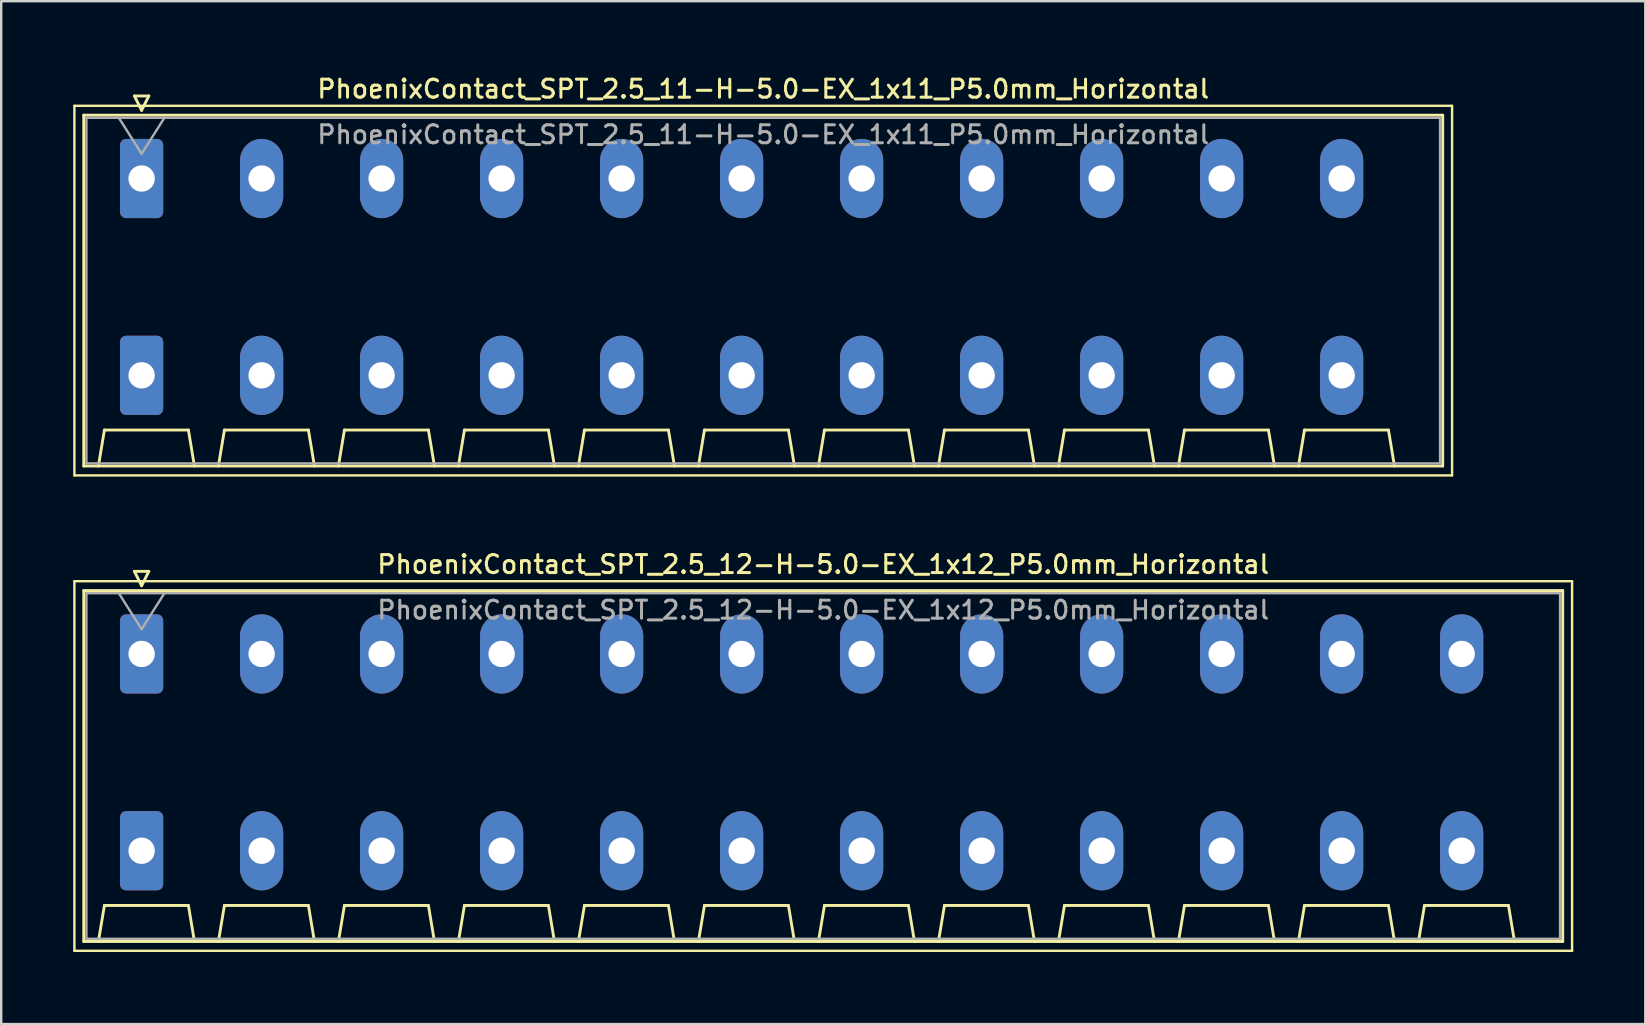
<source format=kicad_pcb>
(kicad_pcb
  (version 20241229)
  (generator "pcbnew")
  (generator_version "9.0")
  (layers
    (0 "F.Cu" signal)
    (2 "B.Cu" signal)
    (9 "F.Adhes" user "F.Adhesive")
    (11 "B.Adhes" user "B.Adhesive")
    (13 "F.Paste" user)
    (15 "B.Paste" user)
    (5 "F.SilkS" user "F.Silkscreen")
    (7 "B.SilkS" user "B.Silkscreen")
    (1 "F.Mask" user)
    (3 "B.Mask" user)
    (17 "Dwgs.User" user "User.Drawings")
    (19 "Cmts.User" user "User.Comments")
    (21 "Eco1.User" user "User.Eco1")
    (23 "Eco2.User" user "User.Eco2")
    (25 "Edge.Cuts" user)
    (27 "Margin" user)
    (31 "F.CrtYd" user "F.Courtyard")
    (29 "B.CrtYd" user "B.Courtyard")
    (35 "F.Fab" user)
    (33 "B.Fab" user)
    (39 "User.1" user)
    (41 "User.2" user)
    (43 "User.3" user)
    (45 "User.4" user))
  (footprint "PhoenixContact_SPT_2.5_11-H-5.0-EX_1x11_P5.0mm_Horizontal"
    (layer "F.Cu")
    (at 2.85 4.388)
    (property "Reference" "PhoenixContact_SPT_2.5_11-H-5.0-EX_1x11_P5.0mm_Horizontal" (at 25.9 -3.73 0) (layer "F.SilkS") (effects (font (size 0.75 0.75) (thickness 0.125))))
    (attr through_hole)
    (fp_line (start -2.8 -3.03) (end -2.8 12.37) (stroke (width 0.1) (type solid)) (layer "F.SilkS"))
    (fp_line (start -2.8 12.37) (end 54.6 12.37) (stroke (width 0.1) (type solid)) (layer "F.SilkS"))
    (fp_line (start -2.41 -2.64) (end 54.21 -2.64) (stroke (width 0.12) (type solid)) (layer "F.SilkS"))
    (fp_line (start -2.41 11.98) (end -2.41 -2.64) (stroke (width 0.12) (type solid)) (layer "F.SilkS"))
    (fp_line (start -1.8 11.98) (end -1.55 10.48) (stroke (width 0.12) (type solid)) (layer "F.SilkS"))
    (fp_line (start -1.55 10.48) (end 1.95 10.48) (stroke (width 0.12) (type solid)) (layer "F.SilkS"))
    (fp_line (start -0.3 -3.44) (end 0 -2.84) (stroke (width 0.12) (type solid)) (layer "F.SilkS"))
    (fp_line (start -0.3 -3.44) (end 0.3 -3.44) (stroke (width 0.12) (type solid)) (layer "F.SilkS"))
    (fp_line (start 0.3 -3.44) (end 0 -2.84) (stroke (width 0.12) (type solid)) (layer "F.SilkS"))
    (fp_line (start 2.2 11.98) (end 1.95 10.48) (stroke (width 0.12) (type solid)) (layer "F.SilkS"))
    (fp_line (start 3.2 11.98) (end 3.45 10.48) (stroke (width 0.12) (type solid)) (layer "F.SilkS"))
    (fp_line (start 3.45 10.48) (end 6.95 10.48) (stroke (width 0.12) (type solid)) (layer "F.SilkS"))
    (fp_line (start 7.2 11.98) (end 6.95 10.48) (stroke (width 0.12) (type solid)) (layer "F.SilkS"))
    (fp_line (start 8.2 11.98) (end 8.45 10.48) (stroke (width 0.12) (type solid)) (layer "F.SilkS"))
    (fp_line (start 8.45 10.48) (end 11.95 10.48) (stroke (width 0.12) (type solid)) (layer "F.SilkS"))
    (fp_line (start 12.2 11.98) (end 11.95 10.48) (stroke (width 0.12) (type solid)) (layer "F.SilkS"))
    (fp_line (start 13.2 11.98) (end 13.45 10.48) (stroke (width 0.12) (type solid)) (layer "F.SilkS"))
    (fp_line (start 13.45 10.48) (end 16.95 10.48) (stroke (width 0.12) (type solid)) (layer "F.SilkS"))
    (fp_line (start 17.2 11.98) (end 16.95 10.48) (stroke (width 0.12) (type solid)) (layer "F.SilkS"))
    (fp_line (start 18.2 11.98) (end 18.45 10.48) (stroke (width 0.12) (type solid)) (layer "F.SilkS"))
    (fp_line (start 18.45 10.48) (end 21.95 10.48) (stroke (width 0.12) (type solid)) (layer "F.SilkS"))
    (fp_line (start 22.2 11.98) (end 21.95 10.48) (stroke (width 0.12) (type solid)) (layer "F.SilkS"))
    (fp_line (start 23.2 11.98) (end 23.45 10.48) (stroke (width 0.12) (type solid)) (layer "F.SilkS"))
    (fp_line (start 23.45 10.48) (end 26.95 10.48) (stroke (width 0.12) (type solid)) (layer "F.SilkS"))
    (fp_line (start 27.2 11.98) (end 26.95 10.48) (stroke (width 0.12) (type solid)) (layer "F.SilkS"))
    (fp_line (start 28.2 11.98) (end 28.45 10.48) (stroke (width 0.12) (type solid)) (layer "F.SilkS"))
    (fp_line (start 28.45 10.48) (end 31.95 10.48) (stroke (width 0.12) (type solid)) (layer "F.SilkS"))
    (fp_line (start 32.2 11.98) (end 31.95 10.48) (stroke (width 0.12) (type solid)) (layer "F.SilkS"))
    (fp_line (start 33.2 11.98) (end 33.45 10.48) (stroke (width 0.12) (type solid)) (layer "F.SilkS"))
    (fp_line (start 33.45 10.48) (end 36.95 10.48) (stroke (width 0.12) (type solid)) (layer "F.SilkS"))
    (fp_line (start 37.2 11.98) (end 36.95 10.48) (stroke (width 0.12) (type solid)) (layer "F.SilkS"))
    (fp_line (start 38.2 11.98) (end 38.45 10.48) (stroke (width 0.12) (type solid)) (layer "F.SilkS"))
    (fp_line (start 38.45 10.48) (end 41.95 10.48) (stroke (width 0.12) (type solid)) (layer "F.SilkS"))
    (fp_line (start 42.2 11.98) (end 41.95 10.48) (stroke (width 0.12) (type solid)) (layer "F.SilkS"))
    (fp_line (start 43.2 11.98) (end 43.45 10.48) (stroke (width 0.12) (type solid)) (layer "F.SilkS"))
    (fp_line (start 43.45 10.48) (end 46.95 10.48) (stroke (width 0.12) (type solid)) (layer "F.SilkS"))
    (fp_line (start 47.2 11.98) (end 46.95 10.48) (stroke (width 0.12) (type solid)) (layer "F.SilkS"))
    (fp_line (start 48.2 11.98) (end 48.45 10.48) (stroke (width 0.12) (type solid)) (layer "F.SilkS"))
    (fp_line (start 48.45 10.48) (end 51.95 10.48) (stroke (width 0.12) (type solid)) (layer "F.SilkS"))
    (fp_line (start 52.2 11.98) (end 51.95 10.48) (stroke (width 0.12) (type solid)) (layer "F.SilkS"))
    (fp_line (start 54.21 -2.64) (end 54.21 11.98) (stroke (width 0.12) (type solid)) (layer "F.SilkS"))
    (fp_line (start 54.21 11.98) (end -2.41 11.98) (stroke (width 0.12) (type solid)) (layer "F.SilkS"))
    (fp_line (start 54.6 -3.03) (end -2.8 -3.03) (stroke (width 0.1) (type solid)) (layer "F.SilkS"))
    (fp_line (start 54.6 12.37) (end 54.6 -3.03) (stroke (width 0.1) (type solid)) (layer "F.SilkS"))
    (fp_line (start -2.3 -2.53) (end -2.3 11.87) (stroke (width 0.1) (type solid)) (layer "F.Fab"))
    (fp_line (start -2.3 11.87) (end 54.1 11.87) (stroke (width 0.1) (type solid)) (layer "F.Fab"))
    (fp_line (start -0.95 -2.53) (end 0 -1.03) (stroke (width 0.1) (type solid)) (layer "F.Fab"))
    (fp_line (start 0.95 -2.53) (end 0 -1.03) (stroke (width 0.1) (type solid)) (layer "F.Fab"))
    (fp_line (start 54.1 -2.53) (end -2.3 -2.53) (stroke (width 0.1) (type solid)) (layer "F.Fab"))
    (fp_line (start 54.1 11.87) (end 54.1 -2.53) (stroke (width 0.1) (type solid)) (layer "F.Fab"))
    (fp_text user "${REFERENCE}" (at 25.9 -1.83 0) (layer "F.Fab") (effects (font (size 0.75 0.75) (thickness 0.125))))
    (pad "1" thru_hole roundrect (at 0 0) (size 1.8 3.3) (drill 1.1) (layers "*.Cu" "*.Mask") (roundrect_rratio 0.139))
    (pad "1" thru_hole roundrect (at 0 8.2) (size 1.8 3.3) (drill 1.1) (layers "*.Cu" "*.Mask") (roundrect_rratio 0.139))
    (pad "2" thru_hole oval (at 5 0) (size 1.8 3.3) (drill 1.1) (layers "*.Cu" "*.Mask"))
    (pad "2" thru_hole oval (at 5 8.2) (size 1.8 3.3) (drill 1.1) (layers "*.Cu" "*.Mask"))
    (pad "3" thru_hole oval (at 10 0) (size 1.8 3.3) (drill 1.1) (layers "*.Cu" "*.Mask"))
    (pad "3" thru_hole oval (at 10 8.2) (size 1.8 3.3) (drill 1.1) (layers "*.Cu" "*.Mask"))
    (pad "4" thru_hole oval (at 15 0) (size 1.8 3.3) (drill 1.1) (layers "*.Cu" "*.Mask"))
    (pad "4" thru_hole oval (at 15 8.2) (size 1.8 3.3) (drill 1.1) (layers "*.Cu" "*.Mask"))
    (pad "5" thru_hole oval (at 20 0) (size 1.8 3.3) (drill 1.1) (layers "*.Cu" "*.Mask"))
    (pad "5" thru_hole oval (at 20 8.2) (size 1.8 3.3) (drill 1.1) (layers "*.Cu" "*.Mask"))
    (pad "6" thru_hole oval (at 25 0) (size 1.8 3.3) (drill 1.1) (layers "*.Cu" "*.Mask"))
    (pad "6" thru_hole oval (at 25 8.2) (size 1.8 3.3) (drill 1.1) (layers "*.Cu" "*.Mask"))
    (pad "7" thru_hole oval (at 30 0) (size 1.8 3.3) (drill 1.1) (layers "*.Cu" "*.Mask"))
    (pad "7" thru_hole oval (at 30 8.2) (size 1.8 3.3) (drill 1.1) (layers "*.Cu" "*.Mask"))
    (pad "8" thru_hole oval (at 35 0) (size 1.8 3.3) (drill 1.1) (layers "*.Cu" "*.Mask"))
    (pad "8" thru_hole oval (at 35 8.2) (size 1.8 3.3) (drill 1.1) (layers "*.Cu" "*.Mask"))
    (pad "9" thru_hole oval (at 40 0) (size 1.8 3.3) (drill 1.1) (layers "*.Cu" "*.Mask"))
    (pad "9" thru_hole oval (at 40 8.2) (size 1.8 3.3) (drill 1.1) (layers "*.Cu" "*.Mask"))
    (pad "10" thru_hole oval (at 45 0) (size 1.8 3.3) (drill 1.1) (layers "*.Cu" "*.Mask"))
    (pad "10" thru_hole oval (at 45 8.2) (size 1.8 3.3) (drill 1.1) (layers "*.Cu" "*.Mask"))
    (pad "11" thru_hole oval (at 50 0) (size 1.8 3.3) (drill 1.1) (layers "*.Cu" "*.Mask"))
    (pad "11" thru_hole oval (at 50 8.2) (size 1.8 3.3) (drill 1.1) (layers "*.Cu" "*.Mask")))
  (footprint "PhoenixContact_SPT_2.5_12-H-5.0-EX_1x12_P5.0mm_Horizontal"
    (layer "F.Cu")
    (at 2.85 24.196)
    (property "Reference" "PhoenixContact_SPT_2.5_12-H-5.0-EX_1x12_P5.0mm_Horizontal" (at 28.4 -3.73 0) (layer "F.SilkS") (effects (font (size 0.75 0.75) (thickness 0.125))))
    (attr through_hole)
    (fp_line (start -2.8 -3.03) (end -2.8 12.37) (stroke (width 0.1) (type solid)) (layer "F.SilkS"))
    (fp_line (start -2.8 12.37) (end 59.6 12.37) (stroke (width 0.1) (type solid)) (layer "F.SilkS"))
    (fp_line (start -2.41 -2.64) (end 59.21 -2.64) (stroke (width 0.12) (type solid)) (layer "F.SilkS"))
    (fp_line (start -2.41 11.98) (end -2.41 -2.64) (stroke (width 0.12) (type solid)) (layer "F.SilkS"))
    (fp_line (start -1.8 11.98) (end -1.55 10.48) (stroke (width 0.12) (type solid)) (layer "F.SilkS"))
    (fp_line (start -1.55 10.48) (end 1.95 10.48) (stroke (width 0.12) (type solid)) (layer "F.SilkS"))
    (fp_line (start -0.3 -3.44) (end 0 -2.84) (stroke (width 0.12) (type solid)) (layer "F.SilkS"))
    (fp_line (start -0.3 -3.44) (end 0.3 -3.44) (stroke (width 0.12) (type solid)) (layer "F.SilkS"))
    (fp_line (start 0.3 -3.44) (end 0 -2.84) (stroke (width 0.12) (type solid)) (layer "F.SilkS"))
    (fp_line (start 2.2 11.98) (end 1.95 10.48) (stroke (width 0.12) (type solid)) (layer "F.SilkS"))
    (fp_line (start 3.2 11.98) (end 3.45 10.48) (stroke (width 0.12) (type solid)) (layer "F.SilkS"))
    (fp_line (start 3.45 10.48) (end 6.95 10.48) (stroke (width 0.12) (type solid)) (layer "F.SilkS"))
    (fp_line (start 7.2 11.98) (end 6.95 10.48) (stroke (width 0.12) (type solid)) (layer "F.SilkS"))
    (fp_line (start 8.2 11.98) (end 8.45 10.48) (stroke (width 0.12) (type solid)) (layer "F.SilkS"))
    (fp_line (start 8.45 10.48) (end 11.95 10.48) (stroke (width 0.12) (type solid)) (layer "F.SilkS"))
    (fp_line (start 12.2 11.98) (end 11.95 10.48) (stroke (width 0.12) (type solid)) (layer "F.SilkS"))
    (fp_line (start 13.2 11.98) (end 13.45 10.48) (stroke (width 0.12) (type solid)) (layer "F.SilkS"))
    (fp_line (start 13.45 10.48) (end 16.95 10.48) (stroke (width 0.12) (type solid)) (layer "F.SilkS"))
    (fp_line (start 17.2 11.98) (end 16.95 10.48) (stroke (width 0.12) (type solid)) (layer "F.SilkS"))
    (fp_line (start 18.2 11.98) (end 18.45 10.48) (stroke (width 0.12) (type solid)) (layer "F.SilkS"))
    (fp_line (start 18.45 10.48) (end 21.95 10.48) (stroke (width 0.12) (type solid)) (layer "F.SilkS"))
    (fp_line (start 22.2 11.98) (end 21.95 10.48) (stroke (width 0.12) (type solid)) (layer "F.SilkS"))
    (fp_line (start 23.2 11.98) (end 23.45 10.48) (stroke (width 0.12) (type solid)) (layer "F.SilkS"))
    (fp_line (start 23.45 10.48) (end 26.95 10.48) (stroke (width 0.12) (type solid)) (layer "F.SilkS"))
    (fp_line (start 27.2 11.98) (end 26.95 10.48) (stroke (width 0.12) (type solid)) (layer "F.SilkS"))
    (fp_line (start 28.2 11.98) (end 28.45 10.48) (stroke (width 0.12) (type solid)) (layer "F.SilkS"))
    (fp_line (start 28.45 10.48) (end 31.95 10.48) (stroke (width 0.12) (type solid)) (layer "F.SilkS"))
    (fp_line (start 32.2 11.98) (end 31.95 10.48) (stroke (width 0.12) (type solid)) (layer "F.SilkS"))
    (fp_line (start 33.2 11.98) (end 33.45 10.48) (stroke (width 0.12) (type solid)) (layer "F.SilkS"))
    (fp_line (start 33.45 10.48) (end 36.95 10.48) (stroke (width 0.12) (type solid)) (layer "F.SilkS"))
    (fp_line (start 37.2 11.98) (end 36.95 10.48) (stroke (width 0.12) (type solid)) (layer "F.SilkS"))
    (fp_line (start 38.2 11.98) (end 38.45 10.48) (stroke (width 0.12) (type solid)) (layer "F.SilkS"))
    (fp_line (start 38.45 10.48) (end 41.95 10.48) (stroke (width 0.12) (type solid)) (layer "F.SilkS"))
    (fp_line (start 42.2 11.98) (end 41.95 10.48) (stroke (width 0.12) (type solid)) (layer "F.SilkS"))
    (fp_line (start 43.2 11.98) (end 43.45 10.48) (stroke (width 0.12) (type solid)) (layer "F.SilkS"))
    (fp_line (start 43.45 10.48) (end 46.95 10.48) (stroke (width 0.12) (type solid)) (layer "F.SilkS"))
    (fp_line (start 47.2 11.98) (end 46.95 10.48) (stroke (width 0.12) (type solid)) (layer "F.SilkS"))
    (fp_line (start 48.2 11.98) (end 48.45 10.48) (stroke (width 0.12) (type solid)) (layer "F.SilkS"))
    (fp_line (start 48.45 10.48) (end 51.95 10.48) (stroke (width 0.12) (type solid)) (layer "F.SilkS"))
    (fp_line (start 52.2 11.98) (end 51.95 10.48) (stroke (width 0.12) (type solid)) (layer "F.SilkS"))
    (fp_line (start 53.2 11.98) (end 53.45 10.48) (stroke (width 0.12) (type solid)) (layer "F.SilkS"))
    (fp_line (start 53.45 10.48) (end 56.95 10.48) (stroke (width 0.12) (type solid)) (layer "F.SilkS"))
    (fp_line (start 57.2 11.98) (end 56.95 10.48) (stroke (width 0.12) (type solid)) (layer "F.SilkS"))
    (fp_line (start 59.21 -2.64) (end 59.21 11.98) (stroke (width 0.12) (type solid)) (layer "F.SilkS"))
    (fp_line (start 59.21 11.98) (end -2.41 11.98) (stroke (width 0.12) (type solid)) (layer "F.SilkS"))
    (fp_line (start 59.6 -3.03) (end -2.8 -3.03) (stroke (width 0.1) (type solid)) (layer "F.SilkS"))
    (fp_line (start 59.6 12.37) (end 59.6 -3.03) (stroke (width 0.1) (type solid)) (layer "F.SilkS"))
    (fp_line (start -2.3 -2.53) (end -2.3 11.87) (stroke (width 0.1) (type solid)) (layer "F.Fab"))
    (fp_line (start -2.3 11.87) (end 59.1 11.87) (stroke (width 0.1) (type solid)) (layer "F.Fab"))
    (fp_line (start -0.95 -2.53) (end 0 -1.03) (stroke (width 0.1) (type solid)) (layer "F.Fab"))
    (fp_line (start 0.95 -2.53) (end 0 -1.03) (stroke (width 0.1) (type solid)) (layer "F.Fab"))
    (fp_line (start 59.1 -2.53) (end -2.3 -2.53) (stroke (width 0.1) (type solid)) (layer "F.Fab"))
    (fp_line (start 59.1 11.87) (end 59.1 -2.53) (stroke (width 0.1) (type solid)) (layer "F.Fab"))
    (fp_text user "${REFERENCE}" (at 28.4 -1.83 0) (layer "F.Fab") (effects (font (size 0.75 0.75) (thickness 0.125))))
    (pad "1" thru_hole roundrect (at 0 0) (size 1.8 3.3) (drill 1.1) (layers "*.Cu" "*.Mask") (roundrect_rratio 0.139))
    (pad "1" thru_hole roundrect (at 0 8.2) (size 1.8 3.3) (drill 1.1) (layers "*.Cu" "*.Mask") (roundrect_rratio 0.139))
    (pad "2" thru_hole oval (at 5 0) (size 1.8 3.3) (drill 1.1) (layers "*.Cu" "*.Mask"))
    (pad "2" thru_hole oval (at 5 8.2) (size 1.8 3.3) (drill 1.1) (layers "*.Cu" "*.Mask"))
    (pad "3" thru_hole oval (at 10 0) (size 1.8 3.3) (drill 1.1) (layers "*.Cu" "*.Mask"))
    (pad "3" thru_hole oval (at 10 8.2) (size 1.8 3.3) (drill 1.1) (layers "*.Cu" "*.Mask"))
    (pad "4" thru_hole oval (at 15 0) (size 1.8 3.3) (drill 1.1) (layers "*.Cu" "*.Mask"))
    (pad "4" thru_hole oval (at 15 8.2) (size 1.8 3.3) (drill 1.1) (layers "*.Cu" "*.Mask"))
    (pad "5" thru_hole oval (at 20 0) (size 1.8 3.3) (drill 1.1) (layers "*.Cu" "*.Mask"))
    (pad "5" thru_hole oval (at 20 8.2) (size 1.8 3.3) (drill 1.1) (layers "*.Cu" "*.Mask"))
    (pad "6" thru_hole oval (at 25 0) (size 1.8 3.3) (drill 1.1) (layers "*.Cu" "*.Mask"))
    (pad "6" thru_hole oval (at 25 8.2) (size 1.8 3.3) (drill 1.1) (layers "*.Cu" "*.Mask"))
    (pad "7" thru_hole oval (at 30 0) (size 1.8 3.3) (drill 1.1) (layers "*.Cu" "*.Mask"))
    (pad "7" thru_hole oval (at 30 8.2) (size 1.8 3.3) (drill 1.1) (layers "*.Cu" "*.Mask"))
    (pad "8" thru_hole oval (at 35 0) (size 1.8 3.3) (drill 1.1) (layers "*.Cu" "*.Mask"))
    (pad "8" thru_hole oval (at 35 8.2) (size 1.8 3.3) (drill 1.1) (layers "*.Cu" "*.Mask"))
    (pad "9" thru_hole oval (at 40 0) (size 1.8 3.3) (drill 1.1) (layers "*.Cu" "*.Mask"))
    (pad "9" thru_hole oval (at 40 8.2) (size 1.8 3.3) (drill 1.1) (layers "*.Cu" "*.Mask"))
    (pad "10" thru_hole oval (at 45 0) (size 1.8 3.3) (drill 1.1) (layers "*.Cu" "*.Mask"))
    (pad "10" thru_hole oval (at 45 8.2) (size 1.8 3.3) (drill 1.1) (layers "*.Cu" "*.Mask"))
    (pad "11" thru_hole oval (at 50 0) (size 1.8 3.3) (drill 1.1) (layers "*.Cu" "*.Mask"))
    (pad "11" thru_hole oval (at 50 8.2) (size 1.8 3.3) (drill 1.1) (layers "*.Cu" "*.Mask"))
    (pad "12" thru_hole oval (at 55 0) (size 1.8 3.3) (drill 1.1) (layers "*.Cu" "*.Mask"))
    (pad "12" thru_hole oval (at 55 8.2) (size 1.8 3.3) (drill 1.1) (layers "*.Cu" "*.Mask")))
  (gr_rect
    (start -3 -3)
    (end 65.5 39.616)
    (stroke (width 0.1) (type default))
    (fill no)
    (layer "Edge.Cuts")))
</source>
